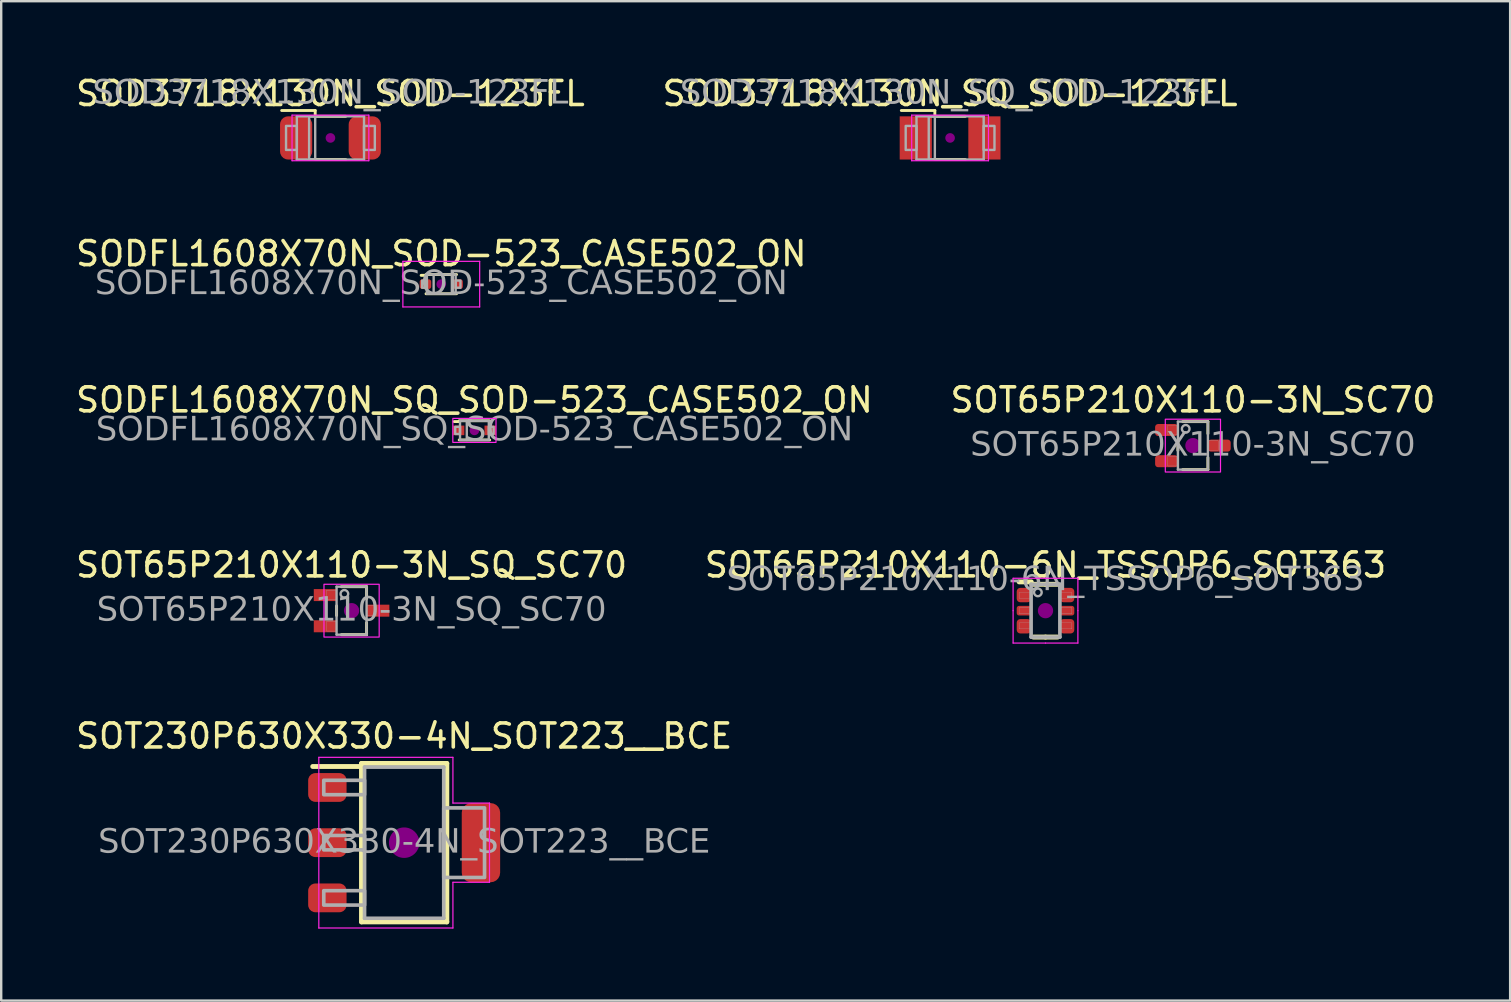
<source format=kicad_pcb>
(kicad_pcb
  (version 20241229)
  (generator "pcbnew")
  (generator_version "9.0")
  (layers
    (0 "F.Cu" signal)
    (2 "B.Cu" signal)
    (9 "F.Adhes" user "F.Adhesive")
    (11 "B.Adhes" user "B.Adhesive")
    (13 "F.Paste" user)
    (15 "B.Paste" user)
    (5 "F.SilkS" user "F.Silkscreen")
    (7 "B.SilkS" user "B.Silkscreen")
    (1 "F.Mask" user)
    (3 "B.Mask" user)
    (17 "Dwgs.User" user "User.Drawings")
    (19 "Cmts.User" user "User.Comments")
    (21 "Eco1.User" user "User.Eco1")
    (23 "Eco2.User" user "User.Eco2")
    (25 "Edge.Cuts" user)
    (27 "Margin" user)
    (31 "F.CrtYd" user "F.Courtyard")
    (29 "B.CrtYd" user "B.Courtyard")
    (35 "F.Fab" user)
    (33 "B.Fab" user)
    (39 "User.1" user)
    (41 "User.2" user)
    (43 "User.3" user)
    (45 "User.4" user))
  (footprint "SODFL1608X70N_SQ_SOD-523_CASE502_ON"
    (layer "F.Cu")
    (at 16.72 14.885)
    (property "Reference" "SODFL1608X70N_SQ_SOD-523_CASE502_ON" (at 0 -1.27 0) (layer "F.SilkS") (effects (font (size 1 1) (thickness 0.15))))
    (attr smd)
    (fp_line (start -0.635 -0.367) (end -0.84 -0.367) (stroke (width 0.12) (type solid)) (layer "F.SilkS"))
    (fp_line (start -0.635 0.4) (end 0.635 0.4) (stroke (width 0.12) (type solid)) (layer "F.SilkS"))
    (fp_line (start 0.635 -0.4) (end -0.635 -0.4) (stroke (width 0.12) (type solid)) (layer "F.SilkS"))
    (fp_circle (center 0 0) (end 0.2 0) (stroke (width 0) (type solid)) (fill yes) (layer "F.Adhes"))
    (fp_rect (start -0.9 -0.5) (end 0.9 0.5) (stroke (width 0.05) (type default)) (fill no) (layer "F.CrtYd"))
    (fp_line (start -0.318 0.4) (end -0.318 -0.4) (stroke (width 0.1) (type solid)) (layer "F.Fab"))
    (fp_rect (start -0.8 -0.15) (end -0.6 0.15) (stroke (width 0.1) (type solid)) (fill no) (layer "F.Fab"))
    (fp_rect (start -0.6 -0.4) (end 0.6 0.4) (stroke (width 0.1) (type default)) (fill no) (layer "F.Fab"))
    (fp_rect (start 0.6 -0.15) (end 0.8 0.15) (stroke (width 0.1) (type solid)) (fill no) (layer "F.Fab"))
    (fp_text user "${REFERENCE}" (at 0 0 0) (layer "F.Fab") (effects (font (face "Tahoma") (size 1 1) (thickness 0.15))))
    (pad "1" smd rect (at -0.66 0) (size 0.48 0.4) (layers "F.Cu" "F.Mask" "F.Paste"))
    (pad "2" smd rect (at 0.66 0) (size 0.48 0.4) (layers "F.Cu" "F.Mask" "F.Paste")))
  (footprint "SOD3718X130N_SOD-123FL"
    (layer "F.Cu")
    (at 10.72 2.698)
    (property "Reference" "SOD3718X130N_SOD-123FL" (at 0 -1.85 0) (layer "F.SilkS") (effects (font (size 1 1) (thickness 0.15))))
    (attr smd)
    (fp_line (start -0.635 -1.143) (end -2.032 -1.143) (stroke (width 0.12) (type solid)) (layer "F.SilkS"))
    (fp_line (start -0.635 -1.143) (end -0.635 -0.9) (stroke (width 0.12) (type solid)) (layer "F.SilkS"))
    (fp_line (start -0.635 0.9) (end 0.635 0.9) (stroke (width 0.12) (type solid)) (layer "F.SilkS"))
    (fp_line (start 0.635 -0.9) (end -0.635 -0.9) (stroke (width 0.12) (type solid)) (layer "F.SilkS"))
    (fp_circle (center 0 0) (end 0.2 0) (stroke (width 0) (type solid)) (fill yes) (layer "F.Adhes"))
    (fp_line (start -1.6 -0.95) (end -1.6 0.95) (stroke (width 0.05) (type solid)) (layer "F.CrtYd"))
    (fp_line (start -1.6 -0.95) (end 1.6 -0.95) (stroke (width 0.05) (type solid)) (layer "F.CrtYd"))
    (fp_line (start -1.6 0.95) (end 1.6 0.95) (stroke (width 0.05) (type solid)) (layer "F.CrtYd"))
    (fp_line (start 1.6 -0.95) (end 1.6 0.95) (stroke (width 0.05) (type solid)) (layer "F.CrtYd"))
    (fp_line (start -1.4 -0.9) (end -1.4 0.9) (stroke (width 0.1) (type solid)) (layer "F.Fab"))
    (fp_line (start -1.4 -0.9) (end 1.4 -0.9) (stroke (width 0.1) (type solid)) (layer "F.Fab"))
    (fp_line (start 1.4 -0.9) (end 1.4 0.9) (stroke (width 0.1) (type solid)) (layer "F.Fab"))
    (fp_line (start 1.4 0.9) (end -1.4 0.9) (stroke (width 0.1) (type solid)) (layer "F.Fab"))
    (fp_rect (start -1.85 -0.5) (end -1.4 0.5) (stroke (width 0.1) (type solid)) (fill no) (layer "F.Fab"))
    (fp_rect (start -0.889 -0.889) (end -0.635 0.889) (stroke (width 0.1) (type default)) (fill no) (layer "F.Fab"))
    (fp_rect (start 1.4 -0.5) (end 1.85 0.5) (stroke (width 0.1) (type solid)) (fill no) (layer "F.Fab"))
    (fp_text user "${REFERENCE}" (at 0 -1.85 0) (layer "F.Fab") (effects (font (face "Tahoma") (size 1 1) (thickness 0.15))))
    (pad "1" smd roundrect (at -1.43 0) (size 1.34 1.8) (layers "F.Cu" "F.Mask" "F.Paste") (roundrect_rratio 0.25))
    (pad "2" smd roundrect (at 1.43 0) (size 1.34 1.8) (layers "F.Cu" "F.Mask" "F.Paste") (roundrect_rratio 0.25)))
  (footprint "SODFL1608X70N_SOD-523_CASE502_ON"
    (layer "F.Cu")
    (at 15.339 8.791)
    (property "Reference" "SODFL1608X70N_SOD-523_CASE502_ON" (at 0 -1.27 0) (layer "F.SilkS") (effects (font (size 1 1) (thickness 0.15))))
    (attr smd)
    (fp_line (start -0.635 -0.367) (end -0.84 -0.367) (stroke (width 0.12) (type solid)) (layer "F.SilkS"))
    (fp_line (start -0.635 0.4) (end 0.635 0.4) (stroke (width 0.12) (type solid)) (layer "F.SilkS"))
    (fp_line (start 0.635 -0.4) (end -0.635 -0.4) (stroke (width 0.12) (type solid)) (layer "F.SilkS"))
    (fp_circle (center 0 0) (end 0.2 0) (stroke (width 0) (type solid)) (fill yes) (layer "F.Adhes"))
    (fp_line (start -1.6 -0.95) (end -1.6 0.95) (stroke (width 0.05) (type solid)) (layer "F.CrtYd"))
    (fp_line (start -1.6 -0.95) (end 1.6 -0.95) (stroke (width 0.05) (type solid)) (layer "F.CrtYd"))
    (fp_line (start -1.6 0.95) (end 1.6 0.95) (stroke (width 0.05) (type solid)) (layer "F.CrtYd"))
    (fp_line (start 1.6 -0.95) (end 1.6 0.95) (stroke (width 0.05) (type solid)) (layer "F.CrtYd"))
    (fp_line (start -0.318 0.4) (end -0.318 -0.4) (stroke (width 0.1) (type solid)) (layer "F.Fab"))
    (fp_rect (start -0.8 -0.15) (end -0.6 0.15) (stroke (width 0.1) (type solid)) (fill no) (layer "F.Fab"))
    (fp_rect (start -0.6 -0.4) (end 0.6 0.4) (stroke (width 0.1) (type default)) (fill no) (layer "F.Fab"))
    (fp_rect (start 0.6 -0.15) (end 0.8 0.15) (stroke (width 0.1) (type solid)) (fill no) (layer "F.Fab"))
    (fp_text user "${REFERENCE}" (at 0 0 0) (layer "F.Fab") (effects (font (face "Tahoma") (size 1 1) (thickness 0.15))))
    (pad "1" smd roundrect (at -0.66 0) (size 0.48 0.4) (layers "F.Cu" "F.Mask" "F.Paste") (roundrect_rratio 0.25))
    (pad "2" smd roundrect (at 0.66 0) (size 0.48 0.4) (layers "F.Cu" "F.Mask" "F.Paste") (roundrect_rratio 0.25)))
  (footprint "SOD3718X130N_SQ_SOD-123FL"
    (layer "F.Cu")
    (at 36.542 2.698)
    (property "Reference" "SOD3718X130N_SQ_SOD-123FL" (at 0 -1.85 0) (layer "F.SilkS") (effects (font (size 1 1) (thickness 0.15))))
    (attr smd)
    (fp_line (start -0.635 -1.143) (end -2.032 -1.143) (stroke (width 0.12) (type solid)) (layer "F.SilkS"))
    (fp_line (start -0.635 -1.143) (end -0.635 -0.9) (stroke (width 0.12) (type solid)) (layer "F.SilkS"))
    (fp_line (start -0.635 0.9) (end 0.635 0.9) (stroke (width 0.12) (type solid)) (layer "F.SilkS"))
    (fp_line (start 0.635 -0.9) (end -0.635 -0.9) (stroke (width 0.12) (type solid)) (layer "F.SilkS"))
    (fp_circle (center 0 0) (end 0.2 0) (stroke (width 0) (type solid)) (fill yes) (layer "F.Adhes"))
    (fp_line (start -1.6 -0.95) (end -1.6 0.95) (stroke (width 0.05) (type solid)) (layer "F.CrtYd"))
    (fp_line (start -1.6 -0.95) (end 1.6 -0.95) (stroke (width 0.05) (type solid)) (layer "F.CrtYd"))
    (fp_line (start -1.6 0.95) (end 1.6 0.95) (stroke (width 0.05) (type solid)) (layer "F.CrtYd"))
    (fp_line (start 1.6 -0.95) (end 1.6 0.95) (stroke (width 0.05) (type solid)) (layer "F.CrtYd"))
    (fp_line (start -1.4 -0.9) (end -1.4 0.9) (stroke (width 0.1) (type solid)) (layer "F.Fab"))
    (fp_line (start -1.4 -0.9) (end 1.4 -0.9) (stroke (width 0.1) (type solid)) (layer "F.Fab"))
    (fp_line (start 1.4 -0.9) (end 1.4 0.9) (stroke (width 0.1) (type solid)) (layer "F.Fab"))
    (fp_line (start 1.4 0.9) (end -1.4 0.9) (stroke (width 0.1) (type solid)) (layer "F.Fab"))
    (fp_rect (start -1.85 -0.5) (end -1.4 0.5) (stroke (width 0.1) (type solid)) (fill no) (layer "F.Fab"))
    (fp_rect (start -0.889 -0.889) (end -0.635 0.889) (stroke (width 0.1) (type default)) (fill no) (layer "F.Fab"))
    (fp_rect (start 1.4 -0.5) (end 1.85 0.5) (stroke (width 0.1) (type solid)) (fill no) (layer "F.Fab"))
    (fp_text user "${REFERENCE}" (at 0 -1.85 0) (layer "F.Fab") (effects (font (face "Tahoma") (size 1 1) (thickness 0.15))))
    (pad "1" smd rect (at -1.43 0) (size 1.34 1.8) (layers "F.Cu" "F.Mask" "F.Paste"))
    (pad "2" smd rect (at 1.43 0) (size 1.34 1.8) (layers "F.Cu" "F.Mask" "F.Paste")))
  (footprint "SOT65P210X110-6N_TSSOP6_SOT363"
    (layer "F.Cu")
    (at 40.518 22.398)
    (property "Reference" "SOT65P210X110-6N_TSSOP6_SOT363" (at 0 -1.905 0) (layer "F.SilkS") (effects (font (size 1 1) (thickness 0.15))))
    (attr smd)
    (fp_line (start -1.1 -1.2) (end -0.592 -1.2) (stroke (width 0.203) (type solid)) (layer "F.SilkS"))
    (fp_line (start -0.508 -1.1) (end 0 -1.1) (stroke (width 0.203) (type solid)) (layer "F.SilkS"))
    (fp_line (start -0.508 1.1) (end 0 1.1) (stroke (width 0.203) (type solid)) (layer "F.SilkS"))
    (fp_line (start 0.508 -1.1) (end 0 -1.1) (stroke (width 0.203) (type solid)) (layer "F.SilkS"))
    (fp_line (start 0.508 1.1) (end 0 1.1) (stroke (width 0.203) (type solid)) (layer "F.SilkS"))
    (fp_circle (center 0 0) (end 0.318 0) (stroke (width 0) (type solid)) (fill yes) (layer "F.Adhes"))
    (fp_line (start -1.35 0) (end -1.35 -1.35) (stroke (width 0.05) (type solid)) (layer "F.CrtYd"))
    (fp_line (start -1.35 0) (end -1.35 1.35) (stroke (width 0.05) (type solid)) (layer "F.CrtYd"))
    (fp_line (start 0 -1.35) (end -1.35 -1.35) (stroke (width 0.05) (type solid)) (layer "F.CrtYd"))
    (fp_line (start 0 -1.35) (end 1.35 -1.35) (stroke (width 0.05) (type solid)) (layer "F.CrtYd"))
    (fp_line (start 0 1.35) (end -1.35 1.35) (stroke (width 0.05) (type solid)) (layer "F.CrtYd"))
    (fp_line (start 0 1.35) (end 1.35 1.35) (stroke (width 0.05) (type solid)) (layer "F.CrtYd"))
    (fp_line (start 1.35 0) (end 1.35 -1.35) (stroke (width 0.05) (type solid)) (layer "F.CrtYd"))
    (fp_line (start 1.35 0) (end 1.35 1.35) (stroke (width 0.05) (type solid)) (layer "F.CrtYd"))
    (fp_line (start -0.6 -1.1) (end -0.6 1.1) (stroke (width 0.152) (type solid)) (layer "F.Fab"))
    (fp_line (start -0.6 1.1) (end 0.6 1.1) (stroke (width 0.152) (type solid)) (layer "F.Fab"))
    (fp_line (start 0.6 -1.1) (end -0.6 -1.1) (stroke (width 0.152) (type solid)) (layer "F.Fab"))
    (fp_line (start 0.6 1.1) (end 0.6 -1.1) (stroke (width 0.152) (type solid)) (layer "F.Fab"))
    (fp_rect (start -1.1 -0.76) (end -0.6 -0.51) (stroke (width 0.01) (type solid)) (fill no) (layer "F.Fab"))
    (fp_rect (start -1.1 -0.125) (end -0.6 0.125) (stroke (width 0.01) (type solid)) (fill no) (layer "F.Fab"))
    (fp_rect (start -1.1 0.51) (end -0.6 0.76) (stroke (width 0.01) (type solid)) (fill no) (layer "F.Fab"))
    (fp_rect (start 1.1 -0.76) (end 0.6 -0.51) (stroke (width 0.01) (type solid)) (fill no) (layer "F.Fab"))
    (fp_rect (start 1.1 -0.125) (end 0.6 0.125) (stroke (width 0.01) (type solid)) (fill no) (layer "F.Fab"))
    (fp_rect (start 1.1 0.51) (end 0.6 0.76) (stroke (width 0.01) (type solid)) (fill no) (layer "F.Fab"))
    (fp_circle (center -0.318 -0.762) (end -0.159 -0.762) (stroke (width 0.1) (type solid)) (fill no) (layer "F.Fab"))
    (fp_text user "${REFERENCE}" (at 0 -1.27 0) (layer "F.Fab") (effects (font (face "Tahoma") (size 1 1) (thickness 0.15))))
    (pad "1" smd roundrect (at -0.9 -0.65) (size 0.6 0.6) (layers "F.Cu" "F.Mask" "F.Paste") (roundrect_rratio 0.25))
    (pad "2" smd roundrect (at -0.9 0) (size 0.6 0.4) (layers "F.Cu" "F.Mask" "F.Paste") (roundrect_rratio 0.25))
    (pad "3" smd roundrect (at -0.9 0.65) (size 0.6 0.6) (layers "F.Cu" "F.Mask" "F.Paste") (roundrect_rratio 0.25))
    (pad "4" smd roundrect (at 0.9 0.65) (size 0.6 0.6) (layers "F.Cu" "F.Mask" "F.Paste") (roundrect_rratio 0.25))
    (pad "5" smd roundrect (at 0.9 0) (size 0.6 0.4) (layers "F.Cu" "F.Mask" "F.Paste") (roundrect_rratio 0.25))
    (pad "6" smd roundrect (at 0.9 -0.65) (size 0.6 0.6) (layers "F.Cu" "F.Mask" "F.Paste") (roundrect_rratio 0.25)))
  (footprint "SOT230P630X330-4N_SOT223__BCE"
    (layer "F.Cu")
    (at 13.792 32.066)
    (property "Reference" "SOT230P630X330-4N_SOT223__BCE" (at 0 -4.445 0) (layer "F.SilkS") (effects (font (size 1 1) (thickness 0.15))))
    (attr smd)
    (fp_line (start -1.778 -3.302) (end -1.778 3.302) (stroke (width 0.203) (type solid)) (layer "F.SilkS"))
    (fp_line (start -1.778 -3.175) (end -3.81 -3.175) (stroke (width 0.203) (type solid)) (layer "F.SilkS"))
    (fp_line (start 1.778 -3.302) (end -1.778 -3.302) (stroke (width 0.203) (type solid)) (layer "F.SilkS"))
    (fp_line (start 1.778 -3.302) (end 1.778 3.302) (stroke (width 0.203) (type solid)) (layer "F.SilkS"))
    (fp_line (start 1.778 3.302) (end -1.778 3.302) (stroke (width 0.203) (type solid)) (layer "F.SilkS"))
    (fp_circle (center 0 0) (end 0.635 0) (stroke (width 0) (type solid)) (fill yes) (layer "F.Adhes"))
    (fp_line (start -3.556 -3.556) (end 2.032 -3.556) (stroke (width 0.05) (type solid)) (layer "F.CrtYd"))
    (fp_line (start -3.556 3.556) (end -3.556 -3.556) (stroke (width 0.05) (type solid)) (layer "F.CrtYd"))
    (fp_line (start 2.032 -3.556) (end 2.032 -1.651) (stroke (width 0.05) (type solid)) (layer "F.CrtYd"))
    (fp_line (start 2.032 1.651) (end 2.032 3.556) (stroke (width 0.05) (type solid)) (layer "F.CrtYd"))
    (fp_line (start 2.032 3.556) (end -3.556 3.556) (stroke (width 0.05) (type solid)) (layer "F.CrtYd"))
    (fp_line (start 3.556 -1.651) (end 2.032 -1.651) (stroke (width 0.05) (type solid)) (layer "F.CrtYd"))
    (fp_line (start 3.556 -1.651) (end 3.556 1.651) (stroke (width 0.05) (type solid)) (layer "F.CrtYd"))
    (fp_line (start 3.556 1.651) (end 2.032 1.651) (stroke (width 0.05) (type solid)) (layer "F.CrtYd"))
    (fp_line (start -1.65 -3.15) (end -1.65 3.15) (stroke (width 0.152) (type solid)) (layer "F.Fab"))
    (fp_line (start 1.65 -3.15) (end -1.65 -3.15) (stroke (width 0.152) (type solid)) (layer "F.Fab"))
    (fp_line (start 1.65 3.15) (end -1.65 3.15) (stroke (width 0.152) (type solid)) (layer "F.Fab"))
    (fp_line (start 1.65 3.15) (end 1.65 -3.15) (stroke (width 0.152) (type solid)) (layer "F.Fab"))
    (fp_rect (start -3.35 -2) (end -1.65 -2.6) (stroke (width 0.152) (type solid)) (fill no) (layer "F.Fab"))
    (fp_rect (start -3.35 0.3) (end -1.65 -0.3) (stroke (width 0.152) (type solid)) (fill no) (layer "F.Fab"))
    (fp_rect (start -3.35 2.6) (end -1.65 2) (stroke (width 0.152) (type solid)) (fill no) (layer "F.Fab"))
    (fp_rect (start 3.35 -1.45) (end 1.65 1.45) (stroke (width 0.152) (type solid)) (fill no) (layer "F.Fab"))
    (fp_text user "${REFERENCE}" (at 0 0 0) (layer "F.Fab") (effects (font (face "Tahoma") (size 1 1) (thickness 0.15))))
    (pad "B" smd roundrect (at -3.2 -2.3) (size 1.6 1.2) (layers "F.Cu" "F.Mask" "F.Paste") (roundrect_rratio 0.25))
    (pad "C" smd roundrect (at -3.2 0) (size 1.6 1.2) (layers "F.Cu" "F.Mask" "F.Paste") (roundrect_rratio 0.25))
    (pad "C" smd roundrect (at 3.2 0) (size 1.6 3.3) (layers "F.Cu" "F.Mask" "F.Paste") (roundrect_rratio 0.25))
    (pad "E" smd roundrect (at -3.2 2.3) (size 1.6 1.2) (layers "F.Cu" "F.Mask" "F.Paste") (roundrect_rratio 0.25)))
  (footprint "SOT65P210X110-3N_SC70"
    (layer "F.Cu")
    (at 46.661 15.52)
    (property "Reference" "SOT65P210X110-3N_SC70" (at 0 -1.905 0) (layer "F.SilkS") (effects (font (size 1 1) (thickness 0.15))))
    (attr smd)
    (fp_line (start -0.625 -0.2) (end -0.625 0.2) (stroke (width 0.12) (type solid)) (layer "F.SilkS"))
    (fp_line (start -0.425 -1) (end 0.625 -1) (stroke (width 0.12) (type solid)) (layer "F.SilkS"))
    (fp_line (start -0.425 1) (end 0.625 1) (stroke (width 0.12) (type solid)) (layer "F.SilkS"))
    (fp_line (start 0.625 -0.5) (end 0.625 -1) (stroke (width 0.12) (type solid)) (layer "F.SilkS"))
    (fp_line (start 0.625 0.5) (end 0.625 1) (stroke (width 0.12) (type solid)) (layer "F.SilkS"))
    (fp_circle (center 0 0) (end 0.318 0) (stroke (width 0) (type solid)) (fill yes) (layer "F.Adhes"))
    (fp_rect (start -1.15 -1.1) (end 1.15 1.1) (stroke (width 0.05) (type default)) (fill no) (layer "F.CrtYd"))
    (fp_line (start -0.625 -1) (end -0.625 1) (stroke (width 0.1) (type solid)) (layer "F.Fab"))
    (fp_line (start -0.625 1) (end 0.625 1) (stroke (width 0.1) (type solid)) (layer "F.Fab"))
    (fp_line (start 0.625 -1) (end -0.625 -1) (stroke (width 0.1) (type solid)) (layer "F.Fab"))
    (fp_line (start 0.625 -1) (end 0.625 1) (stroke (width 0.1) (type solid)) (layer "F.Fab"))
    (fp_rect (start -0.625 -0.85) (end -1.05 -0.45) (stroke (width 0.01) (type solid)) (fill no) (layer "F.Fab"))
    (fp_rect (start -0.625 0.45) (end -1.05 0.85) (stroke (width 0.01) (type solid)) (fill no) (layer "F.Fab"))
    (fp_rect (start 0.625 -0.2) (end 1.05 0.2) (stroke (width 0.01) (type solid)) (fill no) (layer "F.Fab"))
    (fp_circle (center -0.3 -0.7) (end -0.141 -0.7) (stroke (width 0.1) (type solid)) (fill no) (layer "F.Fab"))
    (fp_text user "${REFERENCE}" (at 0 0 0) (layer "F.Fab") (effects (font (face "Tahoma") (size 1 1) (thickness 0.15))))
    (pad "1" smd roundrect (at -1.1 -0.65) (size 0.95 0.5) (layers "F.Cu" "F.Mask" "F.Paste") (roundrect_rratio 0.25))
    (pad "2" smd roundrect (at -1.1 0.65) (size 0.95 0.5) (layers "F.Cu" "F.Mask" "F.Paste") (roundrect_rratio 0.25))
    (pad "3" smd roundrect (at 1.1 0) (size 0.95 0.5) (layers "F.Cu" "F.Mask" "F.Paste") (roundrect_rratio 0.25)))
  (footprint "SOT65P210X110-3N_SQ_SC70"
    (layer "F.Cu")
    (at 11.601 22.398)
    (property "Reference" "SOT65P210X110-3N_SQ_SC70" (at 0 -1.905 0) (layer "F.SilkS") (effects (font (size 1 1) (thickness 0.15))))
    (attr smd)
    (fp_line (start -0.625 -0.2) (end -0.625 0.2) (stroke (width 0.12) (type solid)) (layer "F.SilkS"))
    (fp_line (start -0.425 -1) (end 0.625 -1) (stroke (width 0.12) (type solid)) (layer "F.SilkS"))
    (fp_line (start -0.425 1) (end 0.625 1) (stroke (width 0.12) (type solid)) (layer "F.SilkS"))
    (fp_line (start 0.625 -0.5) (end 0.625 -1) (stroke (width 0.12) (type solid)) (layer "F.SilkS"))
    (fp_line (start 0.625 0.5) (end 0.625 1) (stroke (width 0.12) (type solid)) (layer "F.SilkS"))
    (fp_circle (center 0 0) (end 0.318 0) (stroke (width 0) (type solid)) (fill yes) (layer "F.Adhes"))
    (fp_rect (start -1.15 -1.1) (end 1.15 1.1) (stroke (width 0.05) (type default)) (fill no) (layer "F.CrtYd"))
    (fp_line (start -0.625 -1) (end -0.625 1) (stroke (width 0.1) (type solid)) (layer "F.Fab"))
    (fp_line (start -0.625 1) (end 0.625 1) (stroke (width 0.1) (type solid)) (layer "F.Fab"))
    (fp_line (start 0.625 -1) (end -0.625 -1) (stroke (width 0.1) (type solid)) (layer "F.Fab"))
    (fp_line (start 0.625 -1) (end 0.625 1) (stroke (width 0.1) (type solid)) (layer "F.Fab"))
    (fp_rect (start -0.625 -0.85) (end -1.05 -0.45) (stroke (width 0.01) (type solid)) (fill no) (layer "F.Fab"))
    (fp_rect (start -0.625 0.45) (end -1.05 0.85) (stroke (width 0.01) (type solid)) (fill no) (layer "F.Fab"))
    (fp_rect (start 0.625 -0.2) (end 1.05 0.2) (stroke (width 0.01) (type solid)) (fill no) (layer "F.Fab"))
    (fp_circle (center -0.3 -0.7) (end -0.141 -0.7) (stroke (width 0.1) (type solid)) (fill no) (layer "F.Fab"))
    (fp_text user "${REFERENCE}" (at 0 0 0) (layer "F.Fab") (effects (font (face "Tahoma") (size 1 1) (thickness 0.15))))
    (pad "1" smd rect (at -1.1 -0.65) (size 0.95 0.5) (layers "F.Cu" "F.Mask" "F.Paste"))
    (pad "2" smd rect (at -1.1 0.65) (size 0.95 0.5) (layers "F.Cu" "F.Mask" "F.Paste"))
    (pad "3" smd rect (at 1.1 0) (size 0.95 0.5) (layers "F.Cu" "F.Mask" "F.Paste")))
  (gr_rect
    (start -3 -3)
    (end 59.881 38.647)
    (stroke (width 0.1) (type default))
    (fill no)
    (layer "Edge.Cuts")))
</source>
